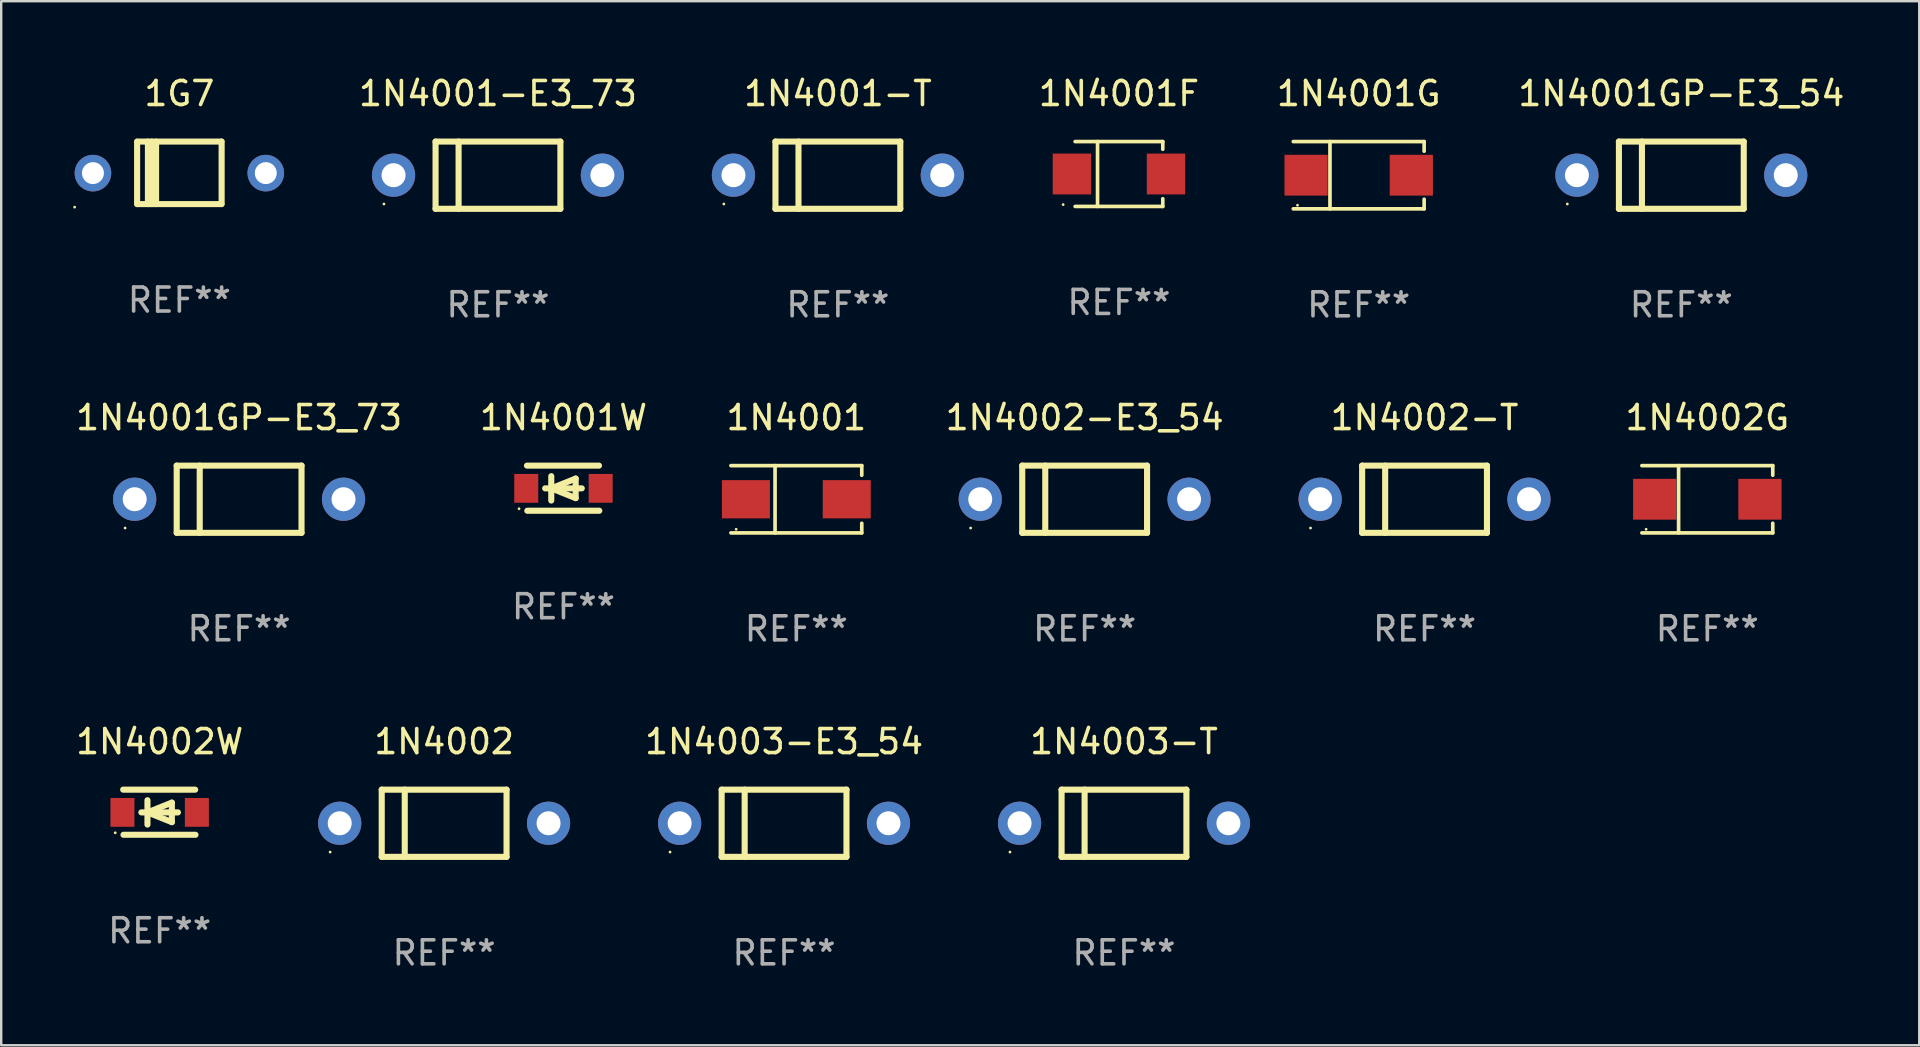
<source format=kicad_pcb>
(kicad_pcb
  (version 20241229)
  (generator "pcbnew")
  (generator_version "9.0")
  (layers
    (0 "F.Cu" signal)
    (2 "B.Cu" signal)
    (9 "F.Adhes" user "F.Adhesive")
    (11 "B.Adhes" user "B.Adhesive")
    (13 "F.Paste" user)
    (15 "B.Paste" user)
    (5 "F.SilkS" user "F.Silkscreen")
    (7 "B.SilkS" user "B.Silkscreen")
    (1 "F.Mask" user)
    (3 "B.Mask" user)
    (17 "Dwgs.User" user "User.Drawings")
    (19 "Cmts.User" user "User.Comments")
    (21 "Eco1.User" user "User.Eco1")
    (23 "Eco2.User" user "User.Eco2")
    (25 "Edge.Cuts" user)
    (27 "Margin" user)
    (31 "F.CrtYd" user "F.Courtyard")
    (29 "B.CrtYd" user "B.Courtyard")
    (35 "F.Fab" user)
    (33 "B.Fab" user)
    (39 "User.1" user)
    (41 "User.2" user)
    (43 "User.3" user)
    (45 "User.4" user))
  (footprint "1N4002-T"
    (layer "F.Cu")
    (at 56.295 17.747)
    (property "Reference" "1N4002-T" (at 0 -3.4 0) (layer "F.SilkS") (effects (font (size 1 1) (thickness 0.15))))
    (attr through_hole)
    (fp_line (start -2.6 -1.4) (end -2.6 1.4) (stroke (width 0.254) (type solid)) (layer "F.SilkS"))
    (fp_line (start -2.6 -1.4) (end 2.6 -1.4) (stroke (width 0.254) (type solid)) (layer "F.SilkS"))
    (fp_line (start -2.6 1.4) (end 2.6 1.4) (stroke (width 0.254) (type solid)) (layer "F.SilkS"))
    (fp_line (start -1.641 -1.4) (end -1.641 1.4) (stroke (width 0.254) (type solid)) (layer "F.SilkS"))
    (fp_line (start 2.6 -1.4) (end 2.6 1.4) (stroke (width 0.254) (type solid)) (layer "F.SilkS"))
    (fp_circle (center -4.75 1.2) (end -4.72 1.2) (stroke (width 0.06) (type solid)) (fill no) (layer "F.SilkS"))
    (fp_text user "REF**" (at 0 5.4 0) (layer "F.Fab") (effects (font (size 1 1) (thickness 0.15))))
    (pad "1" thru_hole circle (at -4.35 0) (size 1.8 1.8) (drill 1) (layers "*.Cu" "*.Mask"))
    (pad "2" thru_hole circle (at 4.35 0) (size 1.8 1.8) (drill 1) (layers "*.Cu" "*.Mask")))
  (footprint "1N4002G"
    (layer "F.Cu")
    (at 68.075 17.748)
    (property "Reference" "1N4002G" (at 0 -3.401 0) (layer "F.SilkS") (effects (font (size 1 1) (thickness 0.15))))
    (attr through_hole)
    (fp_line (start -2.726 -1.401) (end 2.726 -1.401) (stroke (width 0.152) (type solid)) (layer "F.SilkS"))
    (fp_line (start -2.726 1.401) (end 2.726 1.401) (stroke (width 0.152) (type solid)) (layer "F.SilkS"))
    (fp_line (start -1.197 -1.401) (end -1.197 1.401) (stroke (width 0.152) (type solid)) (layer "F.SilkS"))
    (fp_line (start 2.726 -1.401) (end 2.726 -1) (stroke (width 0.152) (type solid)) (layer "F.SilkS"))
    (fp_line (start 2.726 1.401) (end 2.726 1) (stroke (width 0.152) (type solid)) (layer "F.SilkS"))
    (fp_circle (center -2.55 1.25) (end -2.52 1.25) (stroke (width 0.06) (type solid)) (fill no) (layer "F.SilkS"))
    (fp_text user "REF**" (at 0 5.401 0) (layer "F.Fab") (effects (font (size 1 1) (thickness 0.15))))
    (pad "1" smd rect (at -2.192 0) (size 1.8 1.7) (layers "F.Cu" "F.Mask" "F.Paste"))
    (pad "2" smd rect (at 2.192 0) (size 1.8 1.7) (layers "F.Cu" "F.Mask" "F.Paste")))
  (footprint "1N4003-T"
    (layer "F.Cu")
    (at 43.774 31.246)
    (property "Reference" "1N4003-T" (at 0 -3.4 0) (layer "F.SilkS") (effects (font (size 1 1) (thickness 0.15))))
    (attr through_hole)
    (fp_line (start -2.6 -1.4) (end -2.6 1.4) (stroke (width 0.254) (type solid)) (layer "F.SilkS"))
    (fp_line (start -2.6 -1.4) (end 2.6 -1.4) (stroke (width 0.254) (type solid)) (layer "F.SilkS"))
    (fp_line (start -2.6 1.4) (end 2.6 1.4) (stroke (width 0.254) (type solid)) (layer "F.SilkS"))
    (fp_line (start -1.641 -1.4) (end -1.641 1.4) (stroke (width 0.254) (type solid)) (layer "F.SilkS"))
    (fp_line (start 2.6 -1.4) (end 2.6 1.4) (stroke (width 0.254) (type solid)) (layer "F.SilkS"))
    (fp_circle (center -4.75 1.2) (end -4.72 1.2) (stroke (width 0.06) (type solid)) (fill no) (layer "F.SilkS"))
    (fp_text user "REF**" (at 0 5.4 0) (layer "F.Fab") (effects (font (size 1 1) (thickness 0.15))))
    (pad "1" thru_hole circle (at -4.35 0) (size 1.8 1.8) (drill 1) (layers "*.Cu" "*.Mask"))
    (pad "2" thru_hole circle (at 4.35 0) (size 1.8 1.8) (drill 1) (layers "*.Cu" "*.Mask")))
  (footprint "1N4002"
    (layer "F.Cu")
    (at 15.452 31.246)
    (property "Reference" "1N4002" (at 0 -3.4 0) (layer "F.SilkS") (effects (font (size 1 1) (thickness 0.15))))
    (attr through_hole)
    (fp_line (start -2.6 -1.4) (end -2.6 1.4) (stroke (width 0.254) (type solid)) (layer "F.SilkS"))
    (fp_line (start -2.6 -1.4) (end 2.6 -1.4) (stroke (width 0.254) (type solid)) (layer "F.SilkS"))
    (fp_line (start -2.6 1.4) (end 2.6 1.4) (stroke (width 0.254) (type solid)) (layer "F.SilkS"))
    (fp_line (start -1.641 -1.4) (end -1.641 1.4) (stroke (width 0.254) (type solid)) (layer "F.SilkS"))
    (fp_line (start 2.6 -1.4) (end 2.6 1.4) (stroke (width 0.254) (type solid)) (layer "F.SilkS"))
    (fp_circle (center -4.75 1.2) (end -4.72 1.2) (stroke (width 0.06) (type solid)) (fill no) (layer "F.SilkS"))
    (fp_text user "REF**" (at 0 5.4 0) (layer "F.Fab") (effects (font (size 1 1) (thickness 0.15))))
    (pad "1" thru_hole circle (at -4.35 0) (size 1.8 1.8) (drill 1) (layers "*.Cu" "*.Mask"))
    (pad "2" thru_hole circle (at 4.35 0) (size 1.8 1.8) (drill 1) (layers "*.Cu" "*.Mask")))
  (footprint "1N4001G"
    (layer "F.Cu")
    (at 53.552 4.249)
    (property "Reference" "1N4001G" (at 0 -3.401 0) (layer "F.SilkS") (effects (font (size 1 1) (thickness 0.15))))
    (attr through_hole)
    (fp_line (start -2.726 -1.401) (end 2.726 -1.401) (stroke (width 0.152) (type solid)) (layer "F.SilkS"))
    (fp_line (start -2.726 1.401) (end 2.726 1.401) (stroke (width 0.152) (type solid)) (layer "F.SilkS"))
    (fp_line (start -1.197 -1.401) (end -1.197 1.401) (stroke (width 0.152) (type solid)) (layer "F.SilkS"))
    (fp_line (start 2.726 -1.401) (end 2.726 -1) (stroke (width 0.152) (type solid)) (layer "F.SilkS"))
    (fp_line (start 2.726 1.401) (end 2.726 1) (stroke (width 0.152) (type solid)) (layer "F.SilkS"))
    (fp_circle (center -2.55 1.25) (end -2.52 1.25) (stroke (width 0.06) (type solid)) (fill no) (layer "F.SilkS"))
    (fp_text user "REF**" (at 0 5.401 0) (layer "F.Fab") (effects (font (size 1 1) (thickness 0.15))))
    (pad "1" smd rect (at -2.192 0) (size 1.8 1.7) (layers "F.Cu" "F.Mask" "F.Paste"))
    (pad "2" smd rect (at 2.192 0) (size 1.8 1.7) (layers "F.Cu" "F.Mask" "F.Paste")))
  (footprint "1N4001-E3_73"
    (layer "F.Cu")
    (at 17.695 4.248)
    (property "Reference" "1N4001-E3_73" (at 0 -3.4 0) (layer "F.SilkS") (effects (font (size 1 1) (thickness 0.15))))
    (attr through_hole)
    (fp_line (start -2.6 -1.4) (end -2.6 1.4) (stroke (width 0.254) (type solid)) (layer "F.SilkS"))
    (fp_line (start -2.6 -1.4) (end 2.6 -1.4) (stroke (width 0.254) (type solid)) (layer "F.SilkS"))
    (fp_line (start -2.6 1.4) (end 2.6 1.4) (stroke (width 0.254) (type solid)) (layer "F.SilkS"))
    (fp_line (start -1.641 -1.4) (end -1.641 1.4) (stroke (width 0.254) (type solid)) (layer "F.SilkS"))
    (fp_line (start 2.6 -1.4) (end 2.6 1.4) (stroke (width 0.254) (type solid)) (layer "F.SilkS"))
    (fp_circle (center -4.75 1.2) (end -4.72 1.2) (stroke (width 0.06) (type solid)) (fill no) (layer "F.SilkS"))
    (fp_text user "REF**" (at 0 5.4 0) (layer "F.Fab") (effects (font (size 1 1) (thickness 0.15))))
    (pad "1" thru_hole circle (at -4.35 0) (size 1.8 1.8) (drill 1) (layers "*.Cu" "*.Mask"))
    (pad "2" thru_hole circle (at 4.35 0) (size 1.8 1.8) (drill 1) (layers "*.Cu" "*.Mask")))
  (footprint "1N4002-E3_54"
    (layer "F.Cu")
    (at 42.135 17.747)
    (property "Reference" "1N4002-E3_54" (at 0 -3.4 0) (layer "F.SilkS") (effects (font (size 1 1) (thickness 0.15))))
    (attr through_hole)
    (fp_line (start -2.6 -1.4) (end -2.6 1.4) (stroke (width 0.254) (type solid)) (layer "F.SilkS"))
    (fp_line (start -2.6 -1.4) (end 2.6 -1.4) (stroke (width 0.254) (type solid)) (layer "F.SilkS"))
    (fp_line (start -2.6 1.4) (end 2.6 1.4) (stroke (width 0.254) (type solid)) (layer "F.SilkS"))
    (fp_line (start -1.641 -1.4) (end -1.641 1.4) (stroke (width 0.254) (type solid)) (layer "F.SilkS"))
    (fp_line (start 2.6 -1.4) (end 2.6 1.4) (stroke (width 0.254) (type solid)) (layer "F.SilkS"))
    (fp_circle (center -4.75 1.2) (end -4.72 1.2) (stroke (width 0.06) (type solid)) (fill no) (layer "F.SilkS"))
    (fp_text user "REF**" (at 0 5.4 0) (layer "F.Fab") (effects (font (size 1 1) (thickness 0.15))))
    (pad "1" thru_hole circle (at -4.35 0) (size 1.8 1.8) (drill 1) (layers "*.Cu" "*.Mask"))
    (pad "2" thru_hole circle (at 4.35 0) (size 1.8 1.8) (drill 1) (layers "*.Cu" "*.Mask")))
  (footprint "1N4001F"
    (layer "F.Cu")
    (at 43.564 4.199)
    (property "Reference" "1N4001F" (at 0 -3.351 0) (layer "F.SilkS") (effects (font (size 1 1) (thickness 0.15))))
    (attr through_hole)
    (fp_line (start -1.826 -1.351) (end 1.826 -1.351) (stroke (width 0.152) (type solid)) (layer "F.SilkS"))
    (fp_line (start -1.826 1.351) (end 1.826 1.351) (stroke (width 0.152) (type solid)) (layer "F.SilkS"))
    (fp_line (start -0.892 -1.351) (end -0.892 1.351) (stroke (width 0.152) (type solid)) (layer "F.SilkS"))
    (fp_line (start 1.826 -1.351) (end 1.826 -1.03) (stroke (width 0.152) (type solid)) (layer "F.SilkS"))
    (fp_line (start 1.826 1.03) (end 1.826 1.351) (stroke (width 0.152) (type solid)) (layer "F.SilkS"))
    (fp_circle (center -2.325 1.275) (end -2.295 1.275) (stroke (width 0.06) (type solid)) (fill no) (layer "F.SilkS"))
    (fp_text user "REF**" (at 0 5.351 0) (layer "F.Fab") (effects (font (size 1 1) (thickness 0.15))))
    (pad "1" smd rect (at -1.96 0 180) (size 1.6 1.7) (layers "F.Cu" "F.Mask" "F.Paste"))
    (pad "2" smd rect (at 1.96 0 180) (size 1.6 1.7) (layers "F.Cu" "F.Mask" "F.Paste")))
  (footprint "1N4001"
    (layer "F.Cu")
    (at 30.124 17.748)
    (property "Reference" "1N4001" (at 0 -3.401 0) (layer "F.SilkS") (effects (font (size 1 1) (thickness 0.15))))
    (attr through_hole)
    (fp_line (start -2.726 -1.401) (end 2.726 -1.401) (stroke (width 0.152) (type solid)) (layer "F.SilkS"))
    (fp_line (start -2.726 1.401) (end 2.726 1.401) (stroke (width 0.152) (type solid)) (layer "F.SilkS"))
    (fp_line (start -0.886 -1.401) (end -0.886 1.401) (stroke (width 0.152) (type solid)) (layer "F.SilkS"))
    (fp_line (start 2.726 -1.401) (end 2.726 -1) (stroke (width 0.152) (type solid)) (layer "F.SilkS"))
    (fp_line (start 2.726 1.401) (end 2.726 1) (stroke (width 0.152) (type solid)) (layer "F.SilkS"))
    (fp_circle (center -2.507 1.25) (end -2.477 1.25) (stroke (width 0.06) (type solid)) (fill no) (layer "F.SilkS"))
    (fp_text user "REF**" (at 0 5.401 0) (layer "F.Fab") (effects (font (size 1 1) (thickness 0.15))))
    (pad "1" smd rect (at -2.1 0 180) (size 2 1.593) (layers "F.Cu" "F.Mask" "F.Paste"))
    (pad "2" smd rect (at 2.1 0 180) (size 2 1.593) (layers "F.Cu" "F.Mask" "F.Paste")))
  (footprint "1G7"
    (layer "F.Cu")
    (at 4.422 4.15)
    (property "Reference" "1G7" (at 0 -3.302 0) (layer "F.SilkS") (effects (font (size 1 1) (thickness 0.15))))
    (attr through_hole)
    (fp_line (start -1.76 1.302) (end -1.76 -1.298) (stroke (width 0.254) (type solid)) (layer "F.SilkS"))
    (fp_line (start -1.749 -1.302) (end 1.751 -1.302) (stroke (width 0.254) (type solid)) (layer "F.SilkS"))
    (fp_line (start -1.31 1.302) (end -1.31 -1.299) (stroke (width 0.254) (type solid)) (layer "F.SilkS"))
    (fp_line (start -1.15 1.302) (end -1.15 -1.299) (stroke (width 0.254) (type solid)) (layer "F.SilkS"))
    (fp_line (start -0.97 1.302) (end -0.97 -1.299) (stroke (width 0.254) (type solid)) (layer "F.SilkS"))
    (fp_line (start 1.75 1.302) (end -1.75 1.302) (stroke (width 0.254) (type solid)) (layer "F.SilkS"))
    (fp_line (start 1.761 -1.302) (end 1.761 1.299) (stroke (width 0.254) (type solid)) (layer "F.SilkS"))
    (fp_circle (center -4.362 1.429) (end -4.332 1.429) (stroke (width 0.06) (type solid)) (fill no) (layer "F.SilkS"))
    (fp_text user "REF**" (at 0 5.302 0) (layer "F.Fab") (effects (font (size 1 1) (thickness 0.15))))
    (pad "1" thru_hole circle (at -3.6 0.012) (size 1.524 1.524) (drill 0.914) (layers "*.Cu" "*.Mask"))
    (pad "2" thru_hole circle (at 3.6 0.012) (size 1.524 1.524) (drill 0.914) (layers "*.Cu" "*.Mask")))
  (footprint "1N4001GP-E3_73"
    (layer "F.Cu")
    (at 6.911 17.747)
    (property "Reference" "1N4001GP-E3_73" (at 0 -3.4 0) (layer "F.SilkS") (effects (font (size 1 1) (thickness 0.15))))
    (attr through_hole)
    (fp_line (start -2.6 -1.4) (end -2.6 1.4) (stroke (width 0.254) (type solid)) (layer "F.SilkS"))
    (fp_line (start -2.6 -1.4) (end 2.6 -1.4) (stroke (width 0.254) (type solid)) (layer "F.SilkS"))
    (fp_line (start -2.6 1.4) (end 2.6 1.4) (stroke (width 0.254) (type solid)) (layer "F.SilkS"))
    (fp_line (start -1.641 -1.4) (end -1.641 1.4) (stroke (width 0.254) (type solid)) (layer "F.SilkS"))
    (fp_line (start 2.6 -1.4) (end 2.6 1.4) (stroke (width 0.254) (type solid)) (layer "F.SilkS"))
    (fp_circle (center -4.75 1.2) (end -4.72 1.2) (stroke (width 0.06) (type solid)) (fill no) (layer "F.SilkS"))
    (fp_text user "REF**" (at 0 5.4 0) (layer "F.Fab") (effects (font (size 1 1) (thickness 0.15))))
    (pad "1" thru_hole circle (at -4.35 0) (size 1.8 1.8) (drill 1) (layers "*.Cu" "*.Mask"))
    (pad "2" thru_hole circle (at 4.35 0) (size 1.8 1.8) (drill 1) (layers "*.Cu" "*.Mask")))
  (footprint "1N4001W"
    (layer "F.Cu")
    (at 20.423 17.287)
    (property "Reference" "1N4001W" (at 0 -2.94 0) (layer "F.SilkS") (effects (font (size 1 1) (thickness 0.15))))
    (attr through_hole)
    (fp_line (start -1.52 -0.94) (end 1.48 -0.94) (stroke (width 0.254) (type solid)) (layer "F.SilkS"))
    (fp_line (start -1.507 0.94) (end 1.493 0.94) (stroke (width 0.254) (type solid)) (layer "F.SilkS"))
    (fp_line (start -0.762 0.007) (end 0.762 0.007) (stroke (width 0.254) (type solid)) (layer "F.SilkS"))
    (fp_line (start -0.508 -0.501) (end -0.508 0.515) (stroke (width 0.254) (type solid)) (layer "F.SilkS"))
    (fp_line (start -0.508 0.007) (end 0.508 -0.4) (stroke (width 0.254) (type solid)) (layer "F.SilkS"))
    (fp_line (start 0.508 -0.4) (end 0.508 0.413) (stroke (width 0.254) (type solid)) (layer "F.SilkS"))
    (fp_line (start 0.508 0.413) (end -0.508 0.007) (stroke (width 0.254) (type solid)) (layer "F.SilkS"))
    (fp_circle (center -1.85 0.857) (end -1.82 0.857) (stroke (width 0.06) (type solid)) (fill no) (layer "F.SilkS"))
    (fp_text user "REF**" (at 0 4.94 0) (layer "F.Fab") (effects (font (size 1 1) (thickness 0.15))))
    (pad "1" smd rect (at -1.55 0.007) (size 1 1.2) (layers "F.Cu" "F.Mask" "F.Paste"))
    (pad "2" smd rect (at 1.55 0.007) (size 1 1.2) (layers "F.Cu" "F.Mask" "F.Paste")))
  (footprint "1N4003-E3_54"
    (layer "F.Cu")
    (at 29.613 31.246)
    (property "Reference" "1N4003-E3_54" (at 0 -3.4 0) (layer "F.SilkS") (effects (font (size 1 1) (thickness 0.15))))
    (attr through_hole)
    (fp_line (start -2.6 -1.4) (end -2.6 1.4) (stroke (width 0.254) (type solid)) (layer "F.SilkS"))
    (fp_line (start -2.6 -1.4) (end 2.6 -1.4) (stroke (width 0.254) (type solid)) (layer "F.SilkS"))
    (fp_line (start -2.6 1.4) (end 2.6 1.4) (stroke (width 0.254) (type solid)) (layer "F.SilkS"))
    (fp_line (start -1.641 -1.4) (end -1.641 1.4) (stroke (width 0.254) (type solid)) (layer "F.SilkS"))
    (fp_line (start 2.6 -1.4) (end 2.6 1.4) (stroke (width 0.254) (type solid)) (layer "F.SilkS"))
    (fp_circle (center -4.75 1.2) (end -4.72 1.2) (stroke (width 0.06) (type solid)) (fill no) (layer "F.SilkS"))
    (fp_text user "REF**" (at 0 5.4 0) (layer "F.Fab") (effects (font (size 1 1) (thickness 0.15))))
    (pad "1" thru_hole circle (at -4.35 0) (size 1.8 1.8) (drill 1) (layers "*.Cu" "*.Mask"))
    (pad "2" thru_hole circle (at 4.35 0) (size 1.8 1.8) (drill 1) (layers "*.Cu" "*.Mask")))
  (footprint "1N4001GP-E3_54"
    (layer "F.Cu")
    (at 66.992 4.248)
    (property "Reference" "1N4001GP-E3_54" (at 0 -3.4 0) (layer "F.SilkS") (effects (font (size 1 1) (thickness 0.15))))
    (attr through_hole)
    (fp_line (start -2.6 -1.4) (end -2.6 1.4) (stroke (width 0.254) (type solid)) (layer "F.SilkS"))
    (fp_line (start -2.6 -1.4) (end 2.6 -1.4) (stroke (width 0.254) (type solid)) (layer "F.SilkS"))
    (fp_line (start -2.6 1.4) (end 2.6 1.4) (stroke (width 0.254) (type solid)) (layer "F.SilkS"))
    (fp_line (start -1.641 -1.4) (end -1.641 1.4) (stroke (width 0.254) (type solid)) (layer "F.SilkS"))
    (fp_line (start 2.6 -1.4) (end 2.6 1.4) (stroke (width 0.254) (type solid)) (layer "F.SilkS"))
    (fp_circle (center -4.75 1.2) (end -4.72 1.2) (stroke (width 0.06) (type solid)) (fill no) (layer "F.SilkS"))
    (fp_text user "REF**" (at 0 5.4 0) (layer "F.Fab") (effects (font (size 1 1) (thickness 0.15))))
    (pad "1" thru_hole circle (at -4.35 0) (size 1.8 1.8) (drill 1) (layers "*.Cu" "*.Mask"))
    (pad "2" thru_hole circle (at 4.35 0) (size 1.8 1.8) (drill 1) (layers "*.Cu" "*.Mask")))
  (footprint "1N4002W"
    (layer "F.Cu")
    (at 3.601 30.786)
    (property "Reference" "1N4002W" (at 0 -2.94 0) (layer "F.SilkS") (effects (font (size 1 1) (thickness 0.15))))
    (attr through_hole)
    (fp_line (start -1.52 -0.94) (end 1.48 -0.94) (stroke (width 0.254) (type solid)) (layer "F.SilkS"))
    (fp_line (start -1.507 0.94) (end 1.493 0.94) (stroke (width 0.254) (type solid)) (layer "F.SilkS"))
    (fp_line (start -0.762 0.007) (end 0.762 0.007) (stroke (width 0.254) (type solid)) (layer "F.SilkS"))
    (fp_line (start -0.508 -0.501) (end -0.508 0.515) (stroke (width 0.254) (type solid)) (layer "F.SilkS"))
    (fp_line (start -0.508 0.007) (end 0.508 -0.4) (stroke (width 0.254) (type solid)) (layer "F.SilkS"))
    (fp_line (start 0.508 -0.4) (end 0.508 0.413) (stroke (width 0.254) (type solid)) (layer "F.SilkS"))
    (fp_line (start 0.508 0.413) (end -0.508 0.007) (stroke (width 0.254) (type solid)) (layer "F.SilkS"))
    (fp_circle (center -1.85 0.857) (end -1.82 0.857) (stroke (width 0.06) (type solid)) (fill no) (layer "F.SilkS"))
    (fp_text user "REF**" (at 0 4.94 0) (layer "F.Fab") (effects (font (size 1 1) (thickness 0.15))))
    (pad "1" smd rect (at -1.55 0.007) (size 1 1.2) (layers "F.Cu" "F.Mask" "F.Paste"))
    (pad "2" smd rect (at 1.55 0.007) (size 1 1.2) (layers "F.Cu" "F.Mask" "F.Paste")))
  (footprint "1N4001-T"
    (layer "F.Cu")
    (at 31.855 4.248)
    (property "Reference" "1N4001-T" (at 0 -3.4 0) (layer "F.SilkS") (effects (font (size 1 1) (thickness 0.15))))
    (attr through_hole)
    (fp_line (start -2.6 -1.4) (end -2.6 1.4) (stroke (width 0.254) (type solid)) (layer "F.SilkS"))
    (fp_line (start -2.6 -1.4) (end 2.6 -1.4) (stroke (width 0.254) (type solid)) (layer "F.SilkS"))
    (fp_line (start -2.6 1.4) (end 2.6 1.4) (stroke (width 0.254) (type solid)) (layer "F.SilkS"))
    (fp_line (start -1.641 -1.4) (end -1.641 1.4) (stroke (width 0.254) (type solid)) (layer "F.SilkS"))
    (fp_line (start 2.6 -1.4) (end 2.6 1.4) (stroke (width 0.254) (type solid)) (layer "F.SilkS"))
    (fp_circle (center -4.75 1.2) (end -4.72 1.2) (stroke (width 0.06) (type solid)) (fill no) (layer "F.SilkS"))
    (fp_text user "REF**" (at 0 5.4 0) (layer "F.Fab") (effects (font (size 1 1) (thickness 0.15))))
    (pad "1" thru_hole circle (at -4.35 0) (size 1.8 1.8) (drill 1) (layers "*.Cu" "*.Mask"))
    (pad "2" thru_hole circle (at 4.35 0) (size 1.8 1.8) (drill 1) (layers "*.Cu" "*.Mask")))
  (gr_rect
    (start -3 -3)
    (end 76.903 40.494)
    (stroke (width 0.1) (type default))
    (fill no)
    (layer "Edge.Cuts")))
</source>
